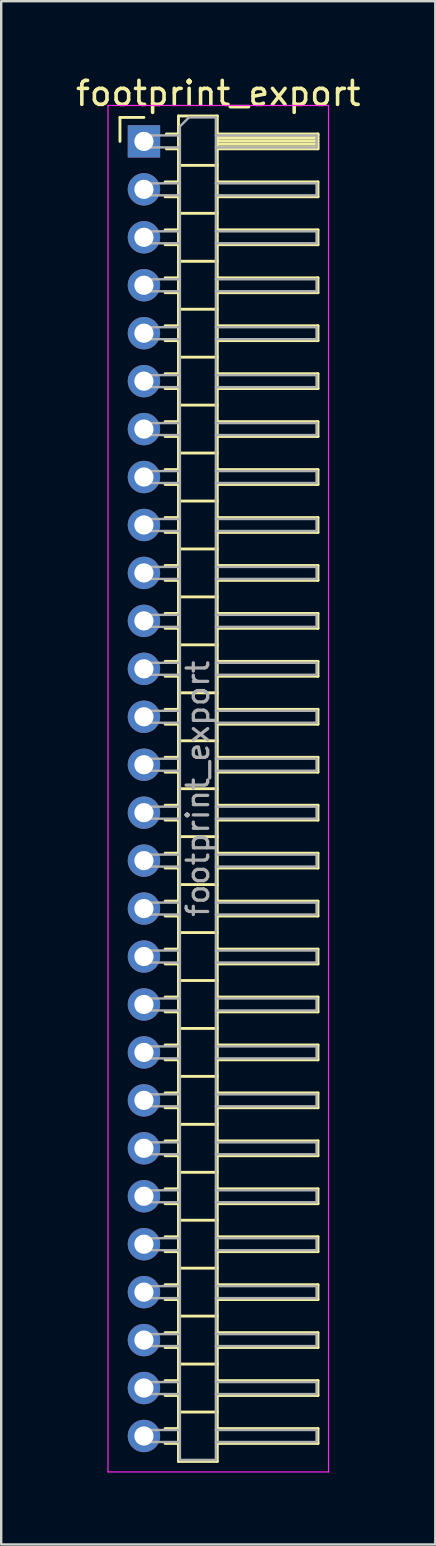
<source format=kicad_pcb>
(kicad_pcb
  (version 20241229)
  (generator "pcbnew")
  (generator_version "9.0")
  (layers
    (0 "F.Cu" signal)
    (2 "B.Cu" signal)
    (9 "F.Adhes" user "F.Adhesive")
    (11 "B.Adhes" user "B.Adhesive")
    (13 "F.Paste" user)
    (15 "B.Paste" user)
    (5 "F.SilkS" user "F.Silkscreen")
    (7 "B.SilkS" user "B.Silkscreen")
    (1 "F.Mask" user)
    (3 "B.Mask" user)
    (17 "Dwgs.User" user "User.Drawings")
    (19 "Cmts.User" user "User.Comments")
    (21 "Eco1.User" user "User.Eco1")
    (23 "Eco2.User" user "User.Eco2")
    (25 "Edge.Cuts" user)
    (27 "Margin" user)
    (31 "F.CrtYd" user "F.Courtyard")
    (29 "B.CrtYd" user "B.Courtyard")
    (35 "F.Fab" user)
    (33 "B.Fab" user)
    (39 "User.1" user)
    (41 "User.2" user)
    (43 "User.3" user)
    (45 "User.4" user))
  (footprint "footprint_export"
    (layer "F.Cu")
    (at 2.954 2.848)
    (property "Reference" "footprint_export" (at 3.1 -2 0) (layer "F.SilkS") (effects (font (size 1 1) (thickness 0.15))))
    (attr through_hole)
    (fp_line (start -1 -1) (end 0 -1) (stroke (width 0.12) (type solid)) (layer "F.SilkS"))
    (fp_line (start -1 0) (end -1 -1) (stroke (width 0.12) (type solid)) (layer "F.SilkS"))
    (fp_line (start 0.882 1.69) (end 1.44 1.69) (stroke (width 0.12) (type solid)) (layer "F.SilkS"))
    (fp_line (start 0.882 2.31) (end 1.44 2.31) (stroke (width 0.12) (type solid)) (layer "F.SilkS"))
    (fp_line (start 0.882 3.69) (end 1.44 3.69) (stroke (width 0.12) (type solid)) (layer "F.SilkS"))
    (fp_line (start 0.882 4.31) (end 1.44 4.31) (stroke (width 0.12) (type solid)) (layer "F.SilkS"))
    (fp_line (start 0.882 5.69) (end 1.44 5.69) (stroke (width 0.12) (type solid)) (layer "F.SilkS"))
    (fp_line (start 0.882 6.31) (end 1.44 6.31) (stroke (width 0.12) (type solid)) (layer "F.SilkS"))
    (fp_line (start 0.882 7.69) (end 1.44 7.69) (stroke (width 0.12) (type solid)) (layer "F.SilkS"))
    (fp_line (start 0.882 8.31) (end 1.44 8.31) (stroke (width 0.12) (type solid)) (layer "F.SilkS"))
    (fp_line (start 0.882 9.69) (end 1.44 9.69) (stroke (width 0.12) (type solid)) (layer "F.SilkS"))
    (fp_line (start 0.882 10.31) (end 1.44 10.31) (stroke (width 0.12) (type solid)) (layer "F.SilkS"))
    (fp_line (start 0.882 11.69) (end 1.44 11.69) (stroke (width 0.12) (type solid)) (layer "F.SilkS"))
    (fp_line (start 0.882 12.31) (end 1.44 12.31) (stroke (width 0.12) (type solid)) (layer "F.SilkS"))
    (fp_line (start 0.882 13.69) (end 1.44 13.69) (stroke (width 0.12) (type solid)) (layer "F.SilkS"))
    (fp_line (start 0.882 14.31) (end 1.44 14.31) (stroke (width 0.12) (type solid)) (layer "F.SilkS"))
    (fp_line (start 0.882 15.69) (end 1.44 15.69) (stroke (width 0.12) (type solid)) (layer "F.SilkS"))
    (fp_line (start 0.882 16.31) (end 1.44 16.31) (stroke (width 0.12) (type solid)) (layer "F.SilkS"))
    (fp_line (start 0.882 17.69) (end 1.44 17.69) (stroke (width 0.12) (type solid)) (layer "F.SilkS"))
    (fp_line (start 0.882 18.31) (end 1.44 18.31) (stroke (width 0.12) (type solid)) (layer "F.SilkS"))
    (fp_line (start 0.882 19.69) (end 1.44 19.69) (stroke (width 0.12) (type solid)) (layer "F.SilkS"))
    (fp_line (start 0.882 20.31) (end 1.44 20.31) (stroke (width 0.12) (type solid)) (layer "F.SilkS"))
    (fp_line (start 0.882 21.69) (end 1.44 21.69) (stroke (width 0.12) (type solid)) (layer "F.SilkS"))
    (fp_line (start 0.882 22.31) (end 1.44 22.31) (stroke (width 0.12) (type solid)) (layer "F.SilkS"))
    (fp_line (start 0.882 23.69) (end 1.44 23.69) (stroke (width 0.12) (type solid)) (layer "F.SilkS"))
    (fp_line (start 0.882 24.31) (end 1.44 24.31) (stroke (width 0.12) (type solid)) (layer "F.SilkS"))
    (fp_line (start 0.882 25.69) (end 1.44 25.69) (stroke (width 0.12) (type solid)) (layer "F.SilkS"))
    (fp_line (start 0.882 26.31) (end 1.44 26.31) (stroke (width 0.12) (type solid)) (layer "F.SilkS"))
    (fp_line (start 0.882 27.69) (end 1.44 27.69) (stroke (width 0.12) (type solid)) (layer "F.SilkS"))
    (fp_line (start 0.882 28.31) (end 1.44 28.31) (stroke (width 0.12) (type solid)) (layer "F.SilkS"))
    (fp_line (start 0.882 29.69) (end 1.44 29.69) (stroke (width 0.12) (type solid)) (layer "F.SilkS"))
    (fp_line (start 0.882 30.31) (end 1.44 30.31) (stroke (width 0.12) (type solid)) (layer "F.SilkS"))
    (fp_line (start 0.882 31.69) (end 1.44 31.69) (stroke (width 0.12) (type solid)) (layer "F.SilkS"))
    (fp_line (start 0.882 32.31) (end 1.44 32.31) (stroke (width 0.12) (type solid)) (layer "F.SilkS"))
    (fp_line (start 0.882 33.69) (end 1.44 33.69) (stroke (width 0.12) (type solid)) (layer "F.SilkS"))
    (fp_line (start 0.882 34.31) (end 1.44 34.31) (stroke (width 0.12) (type solid)) (layer "F.SilkS"))
    (fp_line (start 0.882 35.69) (end 1.44 35.69) (stroke (width 0.12) (type solid)) (layer "F.SilkS"))
    (fp_line (start 0.882 36.31) (end 1.44 36.31) (stroke (width 0.12) (type solid)) (layer "F.SilkS"))
    (fp_line (start 0.882 37.69) (end 1.44 37.69) (stroke (width 0.12) (type solid)) (layer "F.SilkS"))
    (fp_line (start 0.882 38.31) (end 1.44 38.31) (stroke (width 0.12) (type solid)) (layer "F.SilkS"))
    (fp_line (start 0.882 39.69) (end 1.44 39.69) (stroke (width 0.12) (type solid)) (layer "F.SilkS"))
    (fp_line (start 0.882 40.31) (end 1.44 40.31) (stroke (width 0.12) (type solid)) (layer "F.SilkS"))
    (fp_line (start 0.882 41.69) (end 1.44 41.69) (stroke (width 0.12) (type solid)) (layer "F.SilkS"))
    (fp_line (start 0.882 42.31) (end 1.44 42.31) (stroke (width 0.12) (type solid)) (layer "F.SilkS"))
    (fp_line (start 0.882 43.69) (end 1.44 43.69) (stroke (width 0.12) (type solid)) (layer "F.SilkS"))
    (fp_line (start 0.882 44.31) (end 1.44 44.31) (stroke (width 0.12) (type solid)) (layer "F.SilkS"))
    (fp_line (start 0.882 45.69) (end 1.44 45.69) (stroke (width 0.12) (type solid)) (layer "F.SilkS"))
    (fp_line (start 0.882 46.31) (end 1.44 46.31) (stroke (width 0.12) (type solid)) (layer "F.SilkS"))
    (fp_line (start 0.882 47.69) (end 1.44 47.69) (stroke (width 0.12) (type solid)) (layer "F.SilkS"))
    (fp_line (start 0.882 48.31) (end 1.44 48.31) (stroke (width 0.12) (type solid)) (layer "F.SilkS"))
    (fp_line (start 0.882 49.69) (end 1.44 49.69) (stroke (width 0.12) (type solid)) (layer "F.SilkS"))
    (fp_line (start 0.882 50.31) (end 1.44 50.31) (stroke (width 0.12) (type solid)) (layer "F.SilkS"))
    (fp_line (start 0.882 51.69) (end 1.44 51.69) (stroke (width 0.12) (type solid)) (layer "F.SilkS"))
    (fp_line (start 0.882 52.31) (end 1.44 52.31) (stroke (width 0.12) (type solid)) (layer "F.SilkS"))
    (fp_line (start 0.882 53.69) (end 1.44 53.69) (stroke (width 0.12) (type solid)) (layer "F.SilkS"))
    (fp_line (start 0.882 54.31) (end 1.44 54.31) (stroke (width 0.12) (type solid)) (layer "F.SilkS"))
    (fp_line (start 0.935 -0.31) (end 1.44 -0.31) (stroke (width 0.12) (type solid)) (layer "F.SilkS"))
    (fp_line (start 0.935 0.31) (end 1.44 0.31) (stroke (width 0.12) (type solid)) (layer "F.SilkS"))
    (fp_line (start 1.44 -1.06) (end 1.44 55.06) (stroke (width 0.12) (type solid)) (layer "F.SilkS"))
    (fp_line (start 1.44 1) (end 3.06 1) (stroke (width 0.12) (type solid)) (layer "F.SilkS"))
    (fp_line (start 1.44 3) (end 3.06 3) (stroke (width 0.12) (type solid)) (layer "F.SilkS"))
    (fp_line (start 1.44 5) (end 3.06 5) (stroke (width 0.12) (type solid)) (layer "F.SilkS"))
    (fp_line (start 1.44 7) (end 3.06 7) (stroke (width 0.12) (type solid)) (layer "F.SilkS"))
    (fp_line (start 1.44 9) (end 3.06 9) (stroke (width 0.12) (type solid)) (layer "F.SilkS"))
    (fp_line (start 1.44 11) (end 3.06 11) (stroke (width 0.12) (type solid)) (layer "F.SilkS"))
    (fp_line (start 1.44 13) (end 3.06 13) (stroke (width 0.12) (type solid)) (layer "F.SilkS"))
    (fp_line (start 1.44 15) (end 3.06 15) (stroke (width 0.12) (type solid)) (layer "F.SilkS"))
    (fp_line (start 1.44 17) (end 3.06 17) (stroke (width 0.12) (type solid)) (layer "F.SilkS"))
    (fp_line (start 1.44 19) (end 3.06 19) (stroke (width 0.12) (type solid)) (layer "F.SilkS"))
    (fp_line (start 1.44 21) (end 3.06 21) (stroke (width 0.12) (type solid)) (layer "F.SilkS"))
    (fp_line (start 1.44 23) (end 3.06 23) (stroke (width 0.12) (type solid)) (layer "F.SilkS"))
    (fp_line (start 1.44 25) (end 3.06 25) (stroke (width 0.12) (type solid)) (layer "F.SilkS"))
    (fp_line (start 1.44 27) (end 3.06 27) (stroke (width 0.12) (type solid)) (layer "F.SilkS"))
    (fp_line (start 1.44 29) (end 3.06 29) (stroke (width 0.12) (type solid)) (layer "F.SilkS"))
    (fp_line (start 1.44 31) (end 3.06 31) (stroke (width 0.12) (type solid)) (layer "F.SilkS"))
    (fp_line (start 1.44 33) (end 3.06 33) (stroke (width 0.12) (type solid)) (layer "F.SilkS"))
    (fp_line (start 1.44 35) (end 3.06 35) (stroke (width 0.12) (type solid)) (layer "F.SilkS"))
    (fp_line (start 1.44 37) (end 3.06 37) (stroke (width 0.12) (type solid)) (layer "F.SilkS"))
    (fp_line (start 1.44 39) (end 3.06 39) (stroke (width 0.12) (type solid)) (layer "F.SilkS"))
    (fp_line (start 1.44 41) (end 3.06 41) (stroke (width 0.12) (type solid)) (layer "F.SilkS"))
    (fp_line (start 1.44 43) (end 3.06 43) (stroke (width 0.12) (type solid)) (layer "F.SilkS"))
    (fp_line (start 1.44 45) (end 3.06 45) (stroke (width 0.12) (type solid)) (layer "F.SilkS"))
    (fp_line (start 1.44 47) (end 3.06 47) (stroke (width 0.12) (type solid)) (layer "F.SilkS"))
    (fp_line (start 1.44 49) (end 3.06 49) (stroke (width 0.12) (type solid)) (layer "F.SilkS"))
    (fp_line (start 1.44 51) (end 3.06 51) (stroke (width 0.12) (type solid)) (layer "F.SilkS"))
    (fp_line (start 1.44 53) (end 3.06 53) (stroke (width 0.12) (type solid)) (layer "F.SilkS"))
    (fp_line (start 1.44 55.06) (end 3.06 55.06) (stroke (width 0.12) (type solid)) (layer "F.SilkS"))
    (fp_line (start 3.06 -1.06) (end 1.44 -1.06) (stroke (width 0.12) (type solid)) (layer "F.SilkS"))
    (fp_line (start 3.06 -0.31) (end 7.26 -0.31) (stroke (width 0.12) (type solid)) (layer "F.SilkS"))
    (fp_line (start 3.06 -0.25) (end 7.26 -0.25) (stroke (width 0.12) (type solid)) (layer "F.SilkS"))
    (fp_line (start 3.06 -0.13) (end 7.26 -0.13) (stroke (width 0.12) (type solid)) (layer "F.SilkS"))
    (fp_line (start 3.06 -0.01) (end 7.26 -0.01) (stroke (width 0.12) (type solid)) (layer "F.SilkS"))
    (fp_line (start 3.06 0.11) (end 7.26 0.11) (stroke (width 0.12) (type solid)) (layer "F.SilkS"))
    (fp_line (start 3.06 0.23) (end 7.26 0.23) (stroke (width 0.12) (type solid)) (layer "F.SilkS"))
    (fp_line (start 3.06 1.69) (end 7.26 1.69) (stroke (width 0.12) (type solid)) (layer "F.SilkS"))
    (fp_line (start 3.06 3.69) (end 7.26 3.69) (stroke (width 0.12) (type solid)) (layer "F.SilkS"))
    (fp_line (start 3.06 5.69) (end 7.26 5.69) (stroke (width 0.12) (type solid)) (layer "F.SilkS"))
    (fp_line (start 3.06 7.69) (end 7.26 7.69) (stroke (width 0.12) (type solid)) (layer "F.SilkS"))
    (fp_line (start 3.06 9.69) (end 7.26 9.69) (stroke (width 0.12) (type solid)) (layer "F.SilkS"))
    (fp_line (start 3.06 11.69) (end 7.26 11.69) (stroke (width 0.12) (type solid)) (layer "F.SilkS"))
    (fp_line (start 3.06 13.69) (end 7.26 13.69) (stroke (width 0.12) (type solid)) (layer "F.SilkS"))
    (fp_line (start 3.06 15.69) (end 7.26 15.69) (stroke (width 0.12) (type solid)) (layer "F.SilkS"))
    (fp_line (start 3.06 17.69) (end 7.26 17.69) (stroke (width 0.12) (type solid)) (layer "F.SilkS"))
    (fp_line (start 3.06 19.69) (end 7.26 19.69) (stroke (width 0.12) (type solid)) (layer "F.SilkS"))
    (fp_line (start 3.06 21.69) (end 7.26 21.69) (stroke (width 0.12) (type solid)) (layer "F.SilkS"))
    (fp_line (start 3.06 23.69) (end 7.26 23.69) (stroke (width 0.12) (type solid)) (layer "F.SilkS"))
    (fp_line (start 3.06 25.69) (end 7.26 25.69) (stroke (width 0.12) (type solid)) (layer "F.SilkS"))
    (fp_line (start 3.06 27.69) (end 7.26 27.69) (stroke (width 0.12) (type solid)) (layer "F.SilkS"))
    (fp_line (start 3.06 29.69) (end 7.26 29.69) (stroke (width 0.12) (type solid)) (layer "F.SilkS"))
    (fp_line (start 3.06 31.69) (end 7.26 31.69) (stroke (width 0.12) (type solid)) (layer "F.SilkS"))
    (fp_line (start 3.06 33.69) (end 7.26 33.69) (stroke (width 0.12) (type solid)) (layer "F.SilkS"))
    (fp_line (start 3.06 35.69) (end 7.26 35.69) (stroke (width 0.12) (type solid)) (layer "F.SilkS"))
    (fp_line (start 3.06 37.69) (end 7.26 37.69) (stroke (width 0.12) (type solid)) (layer "F.SilkS"))
    (fp_line (start 3.06 39.69) (end 7.26 39.69) (stroke (width 0.12) (type solid)) (layer "F.SilkS"))
    (fp_line (start 3.06 41.69) (end 7.26 41.69) (stroke (width 0.12) (type solid)) (layer "F.SilkS"))
    (fp_line (start 3.06 43.69) (end 7.26 43.69) (stroke (width 0.12) (type solid)) (layer "F.SilkS"))
    (fp_line (start 3.06 45.69) (end 7.26 45.69) (stroke (width 0.12) (type solid)) (layer "F.SilkS"))
    (fp_line (start 3.06 47.69) (end 7.26 47.69) (stroke (width 0.12) (type solid)) (layer "F.SilkS"))
    (fp_line (start 3.06 49.69) (end 7.26 49.69) (stroke (width 0.12) (type solid)) (layer "F.SilkS"))
    (fp_line (start 3.06 51.69) (end 7.26 51.69) (stroke (width 0.12) (type solid)) (layer "F.SilkS"))
    (fp_line (start 3.06 53.69) (end 7.26 53.69) (stroke (width 0.12) (type solid)) (layer "F.SilkS"))
    (fp_line (start 3.06 55.06) (end 3.06 -1.06) (stroke (width 0.12) (type solid)) (layer "F.SilkS"))
    (fp_line (start 7.26 -0.31) (end 7.26 0.31) (stroke (width 0.12) (type solid)) (layer "F.SilkS"))
    (fp_line (start 7.26 0.31) (end 3.06 0.31) (stroke (width 0.12) (type solid)) (layer "F.SilkS"))
    (fp_line (start 7.26 1.69) (end 7.26 2.31) (stroke (width 0.12) (type solid)) (layer "F.SilkS"))
    (fp_line (start 7.26 2.31) (end 3.06 2.31) (stroke (width 0.12) (type solid)) (layer "F.SilkS"))
    (fp_line (start 7.26 3.69) (end 7.26 4.31) (stroke (width 0.12) (type solid)) (layer "F.SilkS"))
    (fp_line (start 7.26 4.31) (end 3.06 4.31) (stroke (width 0.12) (type solid)) (layer "F.SilkS"))
    (fp_line (start 7.26 5.69) (end 7.26 6.31) (stroke (width 0.12) (type solid)) (layer "F.SilkS"))
    (fp_line (start 7.26 6.31) (end 3.06 6.31) (stroke (width 0.12) (type solid)) (layer "F.SilkS"))
    (fp_line (start 7.26 7.69) (end 7.26 8.31) (stroke (width 0.12) (type solid)) (layer "F.SilkS"))
    (fp_line (start 7.26 8.31) (end 3.06 8.31) (stroke (width 0.12) (type solid)) (layer "F.SilkS"))
    (fp_line (start 7.26 9.69) (end 7.26 10.31) (stroke (width 0.12) (type solid)) (layer "F.SilkS"))
    (fp_line (start 7.26 10.31) (end 3.06 10.31) (stroke (width 0.12) (type solid)) (layer "F.SilkS"))
    (fp_line (start 7.26 11.69) (end 7.26 12.31) (stroke (width 0.12) (type solid)) (layer "F.SilkS"))
    (fp_line (start 7.26 12.31) (end 3.06 12.31) (stroke (width 0.12) (type solid)) (layer "F.SilkS"))
    (fp_line (start 7.26 13.69) (end 7.26 14.31) (stroke (width 0.12) (type solid)) (layer "F.SilkS"))
    (fp_line (start 7.26 14.31) (end 3.06 14.31) (stroke (width 0.12) (type solid)) (layer "F.SilkS"))
    (fp_line (start 7.26 15.69) (end 7.26 16.31) (stroke (width 0.12) (type solid)) (layer "F.SilkS"))
    (fp_line (start 7.26 16.31) (end 3.06 16.31) (stroke (width 0.12) (type solid)) (layer "F.SilkS"))
    (fp_line (start 7.26 17.69) (end 7.26 18.31) (stroke (width 0.12) (type solid)) (layer "F.SilkS"))
    (fp_line (start 7.26 18.31) (end 3.06 18.31) (stroke (width 0.12) (type solid)) (layer "F.SilkS"))
    (fp_line (start 7.26 19.69) (end 7.26 20.31) (stroke (width 0.12) (type solid)) (layer "F.SilkS"))
    (fp_line (start 7.26 20.31) (end 3.06 20.31) (stroke (width 0.12) (type solid)) (layer "F.SilkS"))
    (fp_line (start 7.26 21.69) (end 7.26 22.31) (stroke (width 0.12) (type solid)) (layer "F.SilkS"))
    (fp_line (start 7.26 22.31) (end 3.06 22.31) (stroke (width 0.12) (type solid)) (layer "F.SilkS"))
    (fp_line (start 7.26 23.69) (end 7.26 24.31) (stroke (width 0.12) (type solid)) (layer "F.SilkS"))
    (fp_line (start 7.26 24.31) (end 3.06 24.31) (stroke (width 0.12) (type solid)) (layer "F.SilkS"))
    (fp_line (start 7.26 25.69) (end 7.26 26.31) (stroke (width 0.12) (type solid)) (layer "F.SilkS"))
    (fp_line (start 7.26 26.31) (end 3.06 26.31) (stroke (width 0.12) (type solid)) (layer "F.SilkS"))
    (fp_line (start 7.26 27.69) (end 7.26 28.31) (stroke (width 0.12) (type solid)) (layer "F.SilkS"))
    (fp_line (start 7.26 28.31) (end 3.06 28.31) (stroke (width 0.12) (type solid)) (layer "F.SilkS"))
    (fp_line (start 7.26 29.69) (end 7.26 30.31) (stroke (width 0.12) (type solid)) (layer "F.SilkS"))
    (fp_line (start 7.26 30.31) (end 3.06 30.31) (stroke (width 0.12) (type solid)) (layer "F.SilkS"))
    (fp_line (start 7.26 31.69) (end 7.26 32.31) (stroke (width 0.12) (type solid)) (layer "F.SilkS"))
    (fp_line (start 7.26 32.31) (end 3.06 32.31) (stroke (width 0.12) (type solid)) (layer "F.SilkS"))
    (fp_line (start 7.26 33.69) (end 7.26 34.31) (stroke (width 0.12) (type solid)) (layer "F.SilkS"))
    (fp_line (start 7.26 34.31) (end 3.06 34.31) (stroke (width 0.12) (type solid)) (layer "F.SilkS"))
    (fp_line (start 7.26 35.69) (end 7.26 36.31) (stroke (width 0.12) (type solid)) (layer "F.SilkS"))
    (fp_line (start 7.26 36.31) (end 3.06 36.31) (stroke (width 0.12) (type solid)) (layer "F.SilkS"))
    (fp_line (start 7.26 37.69) (end 7.26 38.31) (stroke (width 0.12) (type solid)) (layer "F.SilkS"))
    (fp_line (start 7.26 38.31) (end 3.06 38.31) (stroke (width 0.12) (type solid)) (layer "F.SilkS"))
    (fp_line (start 7.26 39.69) (end 7.26 40.31) (stroke (width 0.12) (type solid)) (layer "F.SilkS"))
    (fp_line (start 7.26 40.31) (end 3.06 40.31) (stroke (width 0.12) (type solid)) (layer "F.SilkS"))
    (fp_line (start 7.26 41.69) (end 7.26 42.31) (stroke (width 0.12) (type solid)) (layer "F.SilkS"))
    (fp_line (start 7.26 42.31) (end 3.06 42.31) (stroke (width 0.12) (type solid)) (layer "F.SilkS"))
    (fp_line (start 7.26 43.69) (end 7.26 44.31) (stroke (width 0.12) (type solid)) (layer "F.SilkS"))
    (fp_line (start 7.26 44.31) (end 3.06 44.31) (stroke (width 0.12) (type solid)) (layer "F.SilkS"))
    (fp_line (start 7.26 45.69) (end 7.26 46.31) (stroke (width 0.12) (type solid)) (layer "F.SilkS"))
    (fp_line (start 7.26 46.31) (end 3.06 46.31) (stroke (width 0.12) (type solid)) (layer "F.SilkS"))
    (fp_line (start 7.26 47.69) (end 7.26 48.31) (stroke (width 0.12) (type solid)) (layer "F.SilkS"))
    (fp_line (start 7.26 48.31) (end 3.06 48.31) (stroke (width 0.12) (type solid)) (layer "F.SilkS"))
    (fp_line (start 7.26 49.69) (end 7.26 50.31) (stroke (width 0.12) (type solid)) (layer "F.SilkS"))
    (fp_line (start 7.26 50.31) (end 3.06 50.31) (stroke (width 0.12) (type solid)) (layer "F.SilkS"))
    (fp_line (start 7.26 51.69) (end 7.26 52.31) (stroke (width 0.12) (type solid)) (layer "F.SilkS"))
    (fp_line (start 7.26 52.31) (end 3.06 52.31) (stroke (width 0.12) (type solid)) (layer "F.SilkS"))
    (fp_line (start 7.26 53.69) (end 7.26 54.31) (stroke (width 0.12) (type solid)) (layer "F.SilkS"))
    (fp_line (start 7.26 54.31) (end 3.06 54.31) (stroke (width 0.12) (type solid)) (layer "F.SilkS"))
    (fp_line (start -1.5 -1.5) (end -1.5 55.5) (stroke (width 0.05) (type solid)) (layer "F.CrtYd"))
    (fp_line (start -1.5 55.5) (end 7.7 55.5) (stroke (width 0.05) (type solid)) (layer "F.CrtYd"))
    (fp_line (start 7.7 -1.5) (end -1.5 -1.5) (stroke (width 0.05) (type solid)) (layer "F.CrtYd"))
    (fp_line (start 7.7 55.5) (end 7.7 -1.5) (stroke (width 0.05) (type solid)) (layer "F.CrtYd"))
    (fp_line (start -0.25 -0.25) (end -0.25 0.25) (stroke (width 0.1) (type solid)) (layer "F.Fab"))
    (fp_line (start -0.25 -0.25) (end 1.5 -0.25) (stroke (width 0.1) (type solid)) (layer "F.Fab"))
    (fp_line (start -0.25 0.25) (end 1.5 0.25) (stroke (width 0.1) (type solid)) (layer "F.Fab"))
    (fp_line (start -0.25 1.75) (end -0.25 2.25) (stroke (width 0.1) (type solid)) (layer "F.Fab"))
    (fp_line (start -0.25 1.75) (end 1.5 1.75) (stroke (width 0.1) (type solid)) (layer "F.Fab"))
    (fp_line (start -0.25 2.25) (end 1.5 2.25) (stroke (width 0.1) (type solid)) (layer "F.Fab"))
    (fp_line (start -0.25 3.75) (end -0.25 4.25) (stroke (width 0.1) (type solid)) (layer "F.Fab"))
    (fp_line (start -0.25 3.75) (end 1.5 3.75) (stroke (width 0.1) (type solid)) (layer "F.Fab"))
    (fp_line (start -0.25 4.25) (end 1.5 4.25) (stroke (width 0.1) (type solid)) (layer "F.Fab"))
    (fp_line (start -0.25 5.75) (end -0.25 6.25) (stroke (width 0.1) (type solid)) (layer "F.Fab"))
    (fp_line (start -0.25 5.75) (end 1.5 5.75) (stroke (width 0.1) (type solid)) (layer "F.Fab"))
    (fp_line (start -0.25 6.25) (end 1.5 6.25) (stroke (width 0.1) (type solid)) (layer "F.Fab"))
    (fp_line (start -0.25 7.75) (end -0.25 8.25) (stroke (width 0.1) (type solid)) (layer "F.Fab"))
    (fp_line (start -0.25 7.75) (end 1.5 7.75) (stroke (width 0.1) (type solid)) (layer "F.Fab"))
    (fp_line (start -0.25 8.25) (end 1.5 8.25) (stroke (width 0.1) (type solid)) (layer "F.Fab"))
    (fp_line (start -0.25 9.75) (end -0.25 10.25) (stroke (width 0.1) (type solid)) (layer "F.Fab"))
    (fp_line (start -0.25 9.75) (end 1.5 9.75) (stroke (width 0.1) (type solid)) (layer "F.Fab"))
    (fp_line (start -0.25 10.25) (end 1.5 10.25) (stroke (width 0.1) (type solid)) (layer "F.Fab"))
    (fp_line (start -0.25 11.75) (end -0.25 12.25) (stroke (width 0.1) (type solid)) (layer "F.Fab"))
    (fp_line (start -0.25 11.75) (end 1.5 11.75) (stroke (width 0.1) (type solid)) (layer "F.Fab"))
    (fp_line (start -0.25 12.25) (end 1.5 12.25) (stroke (width 0.1) (type solid)) (layer "F.Fab"))
    (fp_line (start -0.25 13.75) (end -0.25 14.25) (stroke (width 0.1) (type solid)) (layer "F.Fab"))
    (fp_line (start -0.25 13.75) (end 1.5 13.75) (stroke (width 0.1) (type solid)) (layer "F.Fab"))
    (fp_line (start -0.25 14.25) (end 1.5 14.25) (stroke (width 0.1) (type solid)) (layer "F.Fab"))
    (fp_line (start -0.25 15.75) (end -0.25 16.25) (stroke (width 0.1) (type solid)) (layer "F.Fab"))
    (fp_line (start -0.25 15.75) (end 1.5 15.75) (stroke (width 0.1) (type solid)) (layer "F.Fab"))
    (fp_line (start -0.25 16.25) (end 1.5 16.25) (stroke (width 0.1) (type solid)) (layer "F.Fab"))
    (fp_line (start -0.25 17.75) (end -0.25 18.25) (stroke (width 0.1) (type solid)) (layer "F.Fab"))
    (fp_line (start -0.25 17.75) (end 1.5 17.75) (stroke (width 0.1) (type solid)) (layer "F.Fab"))
    (fp_line (start -0.25 18.25) (end 1.5 18.25) (stroke (width 0.1) (type solid)) (layer "F.Fab"))
    (fp_line (start -0.25 19.75) (end -0.25 20.25) (stroke (width 0.1) (type solid)) (layer "F.Fab"))
    (fp_line (start -0.25 19.75) (end 1.5 19.75) (stroke (width 0.1) (type solid)) (layer "F.Fab"))
    (fp_line (start -0.25 20.25) (end 1.5 20.25) (stroke (width 0.1) (type solid)) (layer "F.Fab"))
    (fp_line (start -0.25 21.75) (end -0.25 22.25) (stroke (width 0.1) (type solid)) (layer "F.Fab"))
    (fp_line (start -0.25 21.75) (end 1.5 21.75) (stroke (width 0.1) (type solid)) (layer "F.Fab"))
    (fp_line (start -0.25 22.25) (end 1.5 22.25) (stroke (width 0.1) (type solid)) (layer "F.Fab"))
    (fp_line (start -0.25 23.75) (end -0.25 24.25) (stroke (width 0.1) (type solid)) (layer "F.Fab"))
    (fp_line (start -0.25 23.75) (end 1.5 23.75) (stroke (width 0.1) (type solid)) (layer "F.Fab"))
    (fp_line (start -0.25 24.25) (end 1.5 24.25) (stroke (width 0.1) (type solid)) (layer "F.Fab"))
    (fp_line (start -0.25 25.75) (end -0.25 26.25) (stroke (width 0.1) (type solid)) (layer "F.Fab"))
    (fp_line (start -0.25 25.75) (end 1.5 25.75) (stroke (width 0.1) (type solid)) (layer "F.Fab"))
    (fp_line (start -0.25 26.25) (end 1.5 26.25) (stroke (width 0.1) (type solid)) (layer "F.Fab"))
    (fp_line (start -0.25 27.75) (end -0.25 28.25) (stroke (width 0.1) (type solid)) (layer "F.Fab"))
    (fp_line (start -0.25 27.75) (end 1.5 27.75) (stroke (width 0.1) (type solid)) (layer "F.Fab"))
    (fp_line (start -0.25 28.25) (end 1.5 28.25) (stroke (width 0.1) (type solid)) (layer "F.Fab"))
    (fp_line (start -0.25 29.75) (end -0.25 30.25) (stroke (width 0.1) (type solid)) (layer "F.Fab"))
    (fp_line (start -0.25 29.75) (end 1.5 29.75) (stroke (width 0.1) (type solid)) (layer "F.Fab"))
    (fp_line (start -0.25 30.25) (end 1.5 30.25) (stroke (width 0.1) (type solid)) (layer "F.Fab"))
    (fp_line (start -0.25 31.75) (end -0.25 32.25) (stroke (width 0.1) (type solid)) (layer "F.Fab"))
    (fp_line (start -0.25 31.75) (end 1.5 31.75) (stroke (width 0.1) (type solid)) (layer "F.Fab"))
    (fp_line (start -0.25 32.25) (end 1.5 32.25) (stroke (width 0.1) (type solid)) (layer "F.Fab"))
    (fp_line (start -0.25 33.75) (end -0.25 34.25) (stroke (width 0.1) (type solid)) (layer "F.Fab"))
    (fp_line (start -0.25 33.75) (end 1.5 33.75) (stroke (width 0.1) (type solid)) (layer "F.Fab"))
    (fp_line (start -0.25 34.25) (end 1.5 34.25) (stroke (width 0.1) (type solid)) (layer "F.Fab"))
    (fp_line (start -0.25 35.75) (end -0.25 36.25) (stroke (width 0.1) (type solid)) (layer "F.Fab"))
    (fp_line (start -0.25 35.75) (end 1.5 35.75) (stroke (width 0.1) (type solid)) (layer "F.Fab"))
    (fp_line (start -0.25 36.25) (end 1.5 36.25) (stroke (width 0.1) (type solid)) (layer "F.Fab"))
    (fp_line (start -0.25 37.75) (end -0.25 38.25) (stroke (width 0.1) (type solid)) (layer "F.Fab"))
    (fp_line (start -0.25 37.75) (end 1.5 37.75) (stroke (width 0.1) (type solid)) (layer "F.Fab"))
    (fp_line (start -0.25 38.25) (end 1.5 38.25) (stroke (width 0.1) (type solid)) (layer "F.Fab"))
    (fp_line (start -0.25 39.75) (end -0.25 40.25) (stroke (width 0.1) (type solid)) (layer "F.Fab"))
    (fp_line (start -0.25 39.75) (end 1.5 39.75) (stroke (width 0.1) (type solid)) (layer "F.Fab"))
    (fp_line (start -0.25 40.25) (end 1.5 40.25) (stroke (width 0.1) (type solid)) (layer "F.Fab"))
    (fp_line (start -0.25 41.75) (end -0.25 42.25) (stroke (width 0.1) (type solid)) (layer "F.Fab"))
    (fp_line (start -0.25 41.75) (end 1.5 41.75) (stroke (width 0.1) (type solid)) (layer "F.Fab"))
    (fp_line (start -0.25 42.25) (end 1.5 42.25) (stroke (width 0.1) (type solid)) (layer "F.Fab"))
    (fp_line (start -0.25 43.75) (end -0.25 44.25) (stroke (width 0.1) (type solid)) (layer "F.Fab"))
    (fp_line (start -0.25 43.75) (end 1.5 43.75) (stroke (width 0.1) (type solid)) (layer "F.Fab"))
    (fp_line (start -0.25 44.25) (end 1.5 44.25) (stroke (width 0.1) (type solid)) (layer "F.Fab"))
    (fp_line (start -0.25 45.75) (end -0.25 46.25) (stroke (width 0.1) (type solid)) (layer "F.Fab"))
    (fp_line (start -0.25 45.75) (end 1.5 45.75) (stroke (width 0.1) (type solid)) (layer "F.Fab"))
    (fp_line (start -0.25 46.25) (end 1.5 46.25) (stroke (width 0.1) (type solid)) (layer "F.Fab"))
    (fp_line (start -0.25 47.75) (end -0.25 48.25) (stroke (width 0.1) (type solid)) (layer "F.Fab"))
    (fp_line (start -0.25 47.75) (end 1.5 47.75) (stroke (width 0.1) (type solid)) (layer "F.Fab"))
    (fp_line (start -0.25 48.25) (end 1.5 48.25) (stroke (width 0.1) (type solid)) (layer "F.Fab"))
    (fp_line (start -0.25 49.75) (end -0.25 50.25) (stroke (width 0.1) (type solid)) (layer "F.Fab"))
    (fp_line (start -0.25 49.75) (end 1.5 49.75) (stroke (width 0.1) (type solid)) (layer "F.Fab"))
    (fp_line (start -0.25 50.25) (end 1.5 50.25) (stroke (width 0.1) (type solid)) (layer "F.Fab"))
    (fp_line (start -0.25 51.75) (end -0.25 52.25) (stroke (width 0.1) (type solid)) (layer "F.Fab"))
    (fp_line (start -0.25 51.75) (end 1.5 51.75) (stroke (width 0.1) (type solid)) (layer "F.Fab"))
    (fp_line (start -0.25 52.25) (end 1.5 52.25) (stroke (width 0.1) (type solid)) (layer "F.Fab"))
    (fp_line (start -0.25 53.75) (end -0.25 54.25) (stroke (width 0.1) (type solid)) (layer "F.Fab"))
    (fp_line (start -0.25 53.75) (end 1.5 53.75) (stroke (width 0.1) (type solid)) (layer "F.Fab"))
    (fp_line (start -0.25 54.25) (end 1.5 54.25) (stroke (width 0.1) (type solid)) (layer "F.Fab"))
    (fp_line (start 1.5 -0.625) (end 1.875 -1) (stroke (width 0.1) (type solid)) (layer "F.Fab"))
    (fp_line (start 1.5 55) (end 1.5 -0.625) (stroke (width 0.1) (type solid)) (layer "F.Fab"))
    (fp_line (start 1.875 -1) (end 3 -1) (stroke (width 0.1) (type solid)) (layer "F.Fab"))
    (fp_line (start 3 -1) (end 3 55) (stroke (width 0.1) (type solid)) (layer "F.Fab"))
    (fp_line (start 3 -0.25) (end 7.2 -0.25) (stroke (width 0.1) (type solid)) (layer "F.Fab"))
    (fp_line (start 3 0.25) (end 7.2 0.25) (stroke (width 0.1) (type solid)) (layer "F.Fab"))
    (fp_line (start 3 1.75) (end 7.2 1.75) (stroke (width 0.1) (type solid)) (layer "F.Fab"))
    (fp_line (start 3 2.25) (end 7.2 2.25) (stroke (width 0.1) (type solid)) (layer "F.Fab"))
    (fp_line (start 3 3.75) (end 7.2 3.75) (stroke (width 0.1) (type solid)) (layer "F.Fab"))
    (fp_line (start 3 4.25) (end 7.2 4.25) (stroke (width 0.1) (type solid)) (layer "F.Fab"))
    (fp_line (start 3 5.75) (end 7.2 5.75) (stroke (width 0.1) (type solid)) (layer "F.Fab"))
    (fp_line (start 3 6.25) (end 7.2 6.25) (stroke (width 0.1) (type solid)) (layer "F.Fab"))
    (fp_line (start 3 7.75) (end 7.2 7.75) (stroke (width 0.1) (type solid)) (layer "F.Fab"))
    (fp_line (start 3 8.25) (end 7.2 8.25) (stroke (width 0.1) (type solid)) (layer "F.Fab"))
    (fp_line (start 3 9.75) (end 7.2 9.75) (stroke (width 0.1) (type solid)) (layer "F.Fab"))
    (fp_line (start 3 10.25) (end 7.2 10.25) (stroke (width 0.1) (type solid)) (layer "F.Fab"))
    (fp_line (start 3 11.75) (end 7.2 11.75) (stroke (width 0.1) (type solid)) (layer "F.Fab"))
    (fp_line (start 3 12.25) (end 7.2 12.25) (stroke (width 0.1) (type solid)) (layer "F.Fab"))
    (fp_line (start 3 13.75) (end 7.2 13.75) (stroke (width 0.1) (type solid)) (layer "F.Fab"))
    (fp_line (start 3 14.25) (end 7.2 14.25) (stroke (width 0.1) (type solid)) (layer "F.Fab"))
    (fp_line (start 3 15.75) (end 7.2 15.75) (stroke (width 0.1) (type solid)) (layer "F.Fab"))
    (fp_line (start 3 16.25) (end 7.2 16.25) (stroke (width 0.1) (type solid)) (layer "F.Fab"))
    (fp_line (start 3 17.75) (end 7.2 17.75) (stroke (width 0.1) (type solid)) (layer "F.Fab"))
    (fp_line (start 3 18.25) (end 7.2 18.25) (stroke (width 0.1) (type solid)) (layer "F.Fab"))
    (fp_line (start 3 19.75) (end 7.2 19.75) (stroke (width 0.1) (type solid)) (layer "F.Fab"))
    (fp_line (start 3 20.25) (end 7.2 20.25) (stroke (width 0.1) (type solid)) (layer "F.Fab"))
    (fp_line (start 3 21.75) (end 7.2 21.75) (stroke (width 0.1) (type solid)) (layer "F.Fab"))
    (fp_line (start 3 22.25) (end 7.2 22.25) (stroke (width 0.1) (type solid)) (layer "F.Fab"))
    (fp_line (start 3 23.75) (end 7.2 23.75) (stroke (width 0.1) (type solid)) (layer "F.Fab"))
    (fp_line (start 3 24.25) (end 7.2 24.25) (stroke (width 0.1) (type solid)) (layer "F.Fab"))
    (fp_line (start 3 25.75) (end 7.2 25.75) (stroke (width 0.1) (type solid)) (layer "F.Fab"))
    (fp_line (start 3 26.25) (end 7.2 26.25) (stroke (width 0.1) (type solid)) (layer "F.Fab"))
    (fp_line (start 3 27.75) (end 7.2 27.75) (stroke (width 0.1) (type solid)) (layer "F.Fab"))
    (fp_line (start 3 28.25) (end 7.2 28.25) (stroke (width 0.1) (type solid)) (layer "F.Fab"))
    (fp_line (start 3 29.75) (end 7.2 29.75) (stroke (width 0.1) (type solid)) (layer "F.Fab"))
    (fp_line (start 3 30.25) (end 7.2 30.25) (stroke (width 0.1) (type solid)) (layer "F.Fab"))
    (fp_line (start 3 31.75) (end 7.2 31.75) (stroke (width 0.1) (type solid)) (layer "F.Fab"))
    (fp_line (start 3 32.25) (end 7.2 32.25) (stroke (width 0.1) (type solid)) (layer "F.Fab"))
    (fp_line (start 3 33.75) (end 7.2 33.75) (stroke (width 0.1) (type solid)) (layer "F.Fab"))
    (fp_line (start 3 34.25) (end 7.2 34.25) (stroke (width 0.1) (type solid)) (layer "F.Fab"))
    (fp_line (start 3 35.75) (end 7.2 35.75) (stroke (width 0.1) (type solid)) (layer "F.Fab"))
    (fp_line (start 3 36.25) (end 7.2 36.25) (stroke (width 0.1) (type solid)) (layer "F.Fab"))
    (fp_line (start 3 37.75) (end 7.2 37.75) (stroke (width 0.1) (type solid)) (layer "F.Fab"))
    (fp_line (start 3 38.25) (end 7.2 38.25) (stroke (width 0.1) (type solid)) (layer "F.Fab"))
    (fp_line (start 3 39.75) (end 7.2 39.75) (stroke (width 0.1) (type solid)) (layer "F.Fab"))
    (fp_line (start 3 40.25) (end 7.2 40.25) (stroke (width 0.1) (type solid)) (layer "F.Fab"))
    (fp_line (start 3 41.75) (end 7.2 41.75) (stroke (width 0.1) (type solid)) (layer "F.Fab"))
    (fp_line (start 3 42.25) (end 7.2 42.25) (stroke (width 0.1) (type solid)) (layer "F.Fab"))
    (fp_line (start 3 43.75) (end 7.2 43.75) (stroke (width 0.1) (type solid)) (layer "F.Fab"))
    (fp_line (start 3 44.25) (end 7.2 44.25) (stroke (width 0.1) (type solid)) (layer "F.Fab"))
    (fp_line (start 3 45.75) (end 7.2 45.75) (stroke (width 0.1) (type solid)) (layer "F.Fab"))
    (fp_line (start 3 46.25) (end 7.2 46.25) (stroke (width 0.1) (type solid)) (layer "F.Fab"))
    (fp_line (start 3 47.75) (end 7.2 47.75) (stroke (width 0.1) (type solid)) (layer "F.Fab"))
    (fp_line (start 3 48.25) (end 7.2 48.25) (stroke (width 0.1) (type solid)) (layer "F.Fab"))
    (fp_line (start 3 49.75) (end 7.2 49.75) (stroke (width 0.1) (type solid)) (layer "F.Fab"))
    (fp_line (start 3 50.25) (end 7.2 50.25) (stroke (width 0.1) (type solid)) (layer "F.Fab"))
    (fp_line (start 3 51.75) (end 7.2 51.75) (stroke (width 0.1) (type solid)) (layer "F.Fab"))
    (fp_line (start 3 52.25) (end 7.2 52.25) (stroke (width 0.1) (type solid)) (layer "F.Fab"))
    (fp_line (start 3 53.75) (end 7.2 53.75) (stroke (width 0.1) (type solid)) (layer "F.Fab"))
    (fp_line (start 3 54.25) (end 7.2 54.25) (stroke (width 0.1) (type solid)) (layer "F.Fab"))
    (fp_line (start 3 55) (end 1.5 55) (stroke (width 0.1) (type solid)) (layer "F.Fab"))
    (fp_line (start 7.2 -0.25) (end 7.2 0.25) (stroke (width 0.1) (type solid)) (layer "F.Fab"))
    (fp_line (start 7.2 1.75) (end 7.2 2.25) (stroke (width 0.1) (type solid)) (layer "F.Fab"))
    (fp_line (start 7.2 3.75) (end 7.2 4.25) (stroke (width 0.1) (type solid)) (layer "F.Fab"))
    (fp_line (start 7.2 5.75) (end 7.2 6.25) (stroke (width 0.1) (type solid)) (layer "F.Fab"))
    (fp_line (start 7.2 7.75) (end 7.2 8.25) (stroke (width 0.1) (type solid)) (layer "F.Fab"))
    (fp_line (start 7.2 9.75) (end 7.2 10.25) (stroke (width 0.1) (type solid)) (layer "F.Fab"))
    (fp_line (start 7.2 11.75) (end 7.2 12.25) (stroke (width 0.1) (type solid)) (layer "F.Fab"))
    (fp_line (start 7.2 13.75) (end 7.2 14.25) (stroke (width 0.1) (type solid)) (layer "F.Fab"))
    (fp_line (start 7.2 15.75) (end 7.2 16.25) (stroke (width 0.1) (type solid)) (layer "F.Fab"))
    (fp_line (start 7.2 17.75) (end 7.2 18.25) (stroke (width 0.1) (type solid)) (layer "F.Fab"))
    (fp_line (start 7.2 19.75) (end 7.2 20.25) (stroke (width 0.1) (type solid)) (layer "F.Fab"))
    (fp_line (start 7.2 21.75) (end 7.2 22.25) (stroke (width 0.1) (type solid)) (layer "F.Fab"))
    (fp_line (start 7.2 23.75) (end 7.2 24.25) (stroke (width 0.1) (type solid)) (layer "F.Fab"))
    (fp_line (start 7.2 25.75) (end 7.2 26.25) (stroke (width 0.1) (type solid)) (layer "F.Fab"))
    (fp_line (start 7.2 27.75) (end 7.2 28.25) (stroke (width 0.1) (type solid)) (layer "F.Fab"))
    (fp_line (start 7.2 29.75) (end 7.2 30.25) (stroke (width 0.1) (type solid)) (layer "F.Fab"))
    (fp_line (start 7.2 31.75) (end 7.2 32.25) (stroke (width 0.1) (type solid)) (layer "F.Fab"))
    (fp_line (start 7.2 33.75) (end 7.2 34.25) (stroke (width 0.1) (type solid)) (layer "F.Fab"))
    (fp_line (start 7.2 35.75) (end 7.2 36.25) (stroke (width 0.1) (type solid)) (layer "F.Fab"))
    (fp_line (start 7.2 37.75) (end 7.2 38.25) (stroke (width 0.1) (type solid)) (layer "F.Fab"))
    (fp_line (start 7.2 39.75) (end 7.2 40.25) (stroke (width 0.1) (type solid)) (layer "F.Fab"))
    (fp_line (start 7.2 41.75) (end 7.2 42.25) (stroke (width 0.1) (type solid)) (layer "F.Fab"))
    (fp_line (start 7.2 43.75) (end 7.2 44.25) (stroke (width 0.1) (type solid)) (layer "F.Fab"))
    (fp_line (start 7.2 45.75) (end 7.2 46.25) (stroke (width 0.1) (type solid)) (layer "F.Fab"))
    (fp_line (start 7.2 47.75) (end 7.2 48.25) (stroke (width 0.1) (type solid)) (layer "F.Fab"))
    (fp_line (start 7.2 49.75) (end 7.2 50.25) (stroke (width 0.1) (type solid)) (layer "F.Fab"))
    (fp_line (start 7.2 51.75) (end 7.2 52.25) (stroke (width 0.1) (type solid)) (layer "F.Fab"))
    (fp_line (start 7.2 53.75) (end 7.2 54.25) (stroke (width 0.1) (type solid)) (layer "F.Fab"))
    (fp_text user "${REFERENCE}" (at 2.25 27 90) (layer "F.Fab") (effects (font (size 0.9 0.9) (thickness 0.135))))
    (pad "1" thru_hole rect (at 0 0) (size 1.35 1.35) (drill 0.8) (layers "*.Cu" "*.Mask"))
    (pad "2" thru_hole oval (at 0 2) (size 1.35 1.35) (drill 0.8) (layers "*.Cu" "*.Mask"))
    (pad "3" thru_hole oval (at 0 4) (size 1.35 1.35) (drill 0.8) (layers "*.Cu" "*.Mask"))
    (pad "4" thru_hole oval (at 0 6) (size 1.35 1.35) (drill 0.8) (layers "*.Cu" "*.Mask"))
    (pad "5" thru_hole oval (at 0 8) (size 1.35 1.35) (drill 0.8) (layers "*.Cu" "*.Mask"))
    (pad "6" thru_hole oval (at 0 10) (size 1.35 1.35) (drill 0.8) (layers "*.Cu" "*.Mask"))
    (pad "7" thru_hole oval (at 0 12) (size 1.35 1.35) (drill 0.8) (layers "*.Cu" "*.Mask"))
    (pad "8" thru_hole oval (at 0 14) (size 1.35 1.35) (drill 0.8) (layers "*.Cu" "*.Mask"))
    (pad "9" thru_hole oval (at 0 16) (size 1.35 1.35) (drill 0.8) (layers "*.Cu" "*.Mask"))
    (pad "10" thru_hole oval (at 0 18) (size 1.35 1.35) (drill 0.8) (layers "*.Cu" "*.Mask"))
    (pad "11" thru_hole oval (at 0 20) (size 1.35 1.35) (drill 0.8) (layers "*.Cu" "*.Mask"))
    (pad "12" thru_hole oval (at 0 22) (size 1.35 1.35) (drill 0.8) (layers "*.Cu" "*.Mask"))
    (pad "13" thru_hole oval (at 0 24) (size 1.35 1.35) (drill 0.8) (layers "*.Cu" "*.Mask"))
    (pad "14" thru_hole oval (at 0 26) (size 1.35 1.35) (drill 0.8) (layers "*.Cu" "*.Mask"))
    (pad "15" thru_hole oval (at 0 28) (size 1.35 1.35) (drill 0.8) (layers "*.Cu" "*.Mask"))
    (pad "16" thru_hole oval (at 0 30) (size 1.35 1.35) (drill 0.8) (layers "*.Cu" "*.Mask"))
    (pad "17" thru_hole oval (at 0 32) (size 1.35 1.35) (drill 0.8) (layers "*.Cu" "*.Mask"))
    (pad "18" thru_hole oval (at 0 34) (size 1.35 1.35) (drill 0.8) (layers "*.Cu" "*.Mask"))
    (pad "19" thru_hole oval (at 0 36) (size 1.35 1.35) (drill 0.8) (layers "*.Cu" "*.Mask"))
    (pad "20" thru_hole oval (at 0 38) (size 1.35 1.35) (drill 0.8) (layers "*.Cu" "*.Mask"))
    (pad "21" thru_hole oval (at 0 40) (size 1.35 1.35) (drill 0.8) (layers "*.Cu" "*.Mask"))
    (pad "22" thru_hole oval (at 0 42) (size 1.35 1.35) (drill 0.8) (layers "*.Cu" "*.Mask"))
    (pad "23" thru_hole oval (at 0 44) (size 1.35 1.35) (drill 0.8) (layers "*.Cu" "*.Mask"))
    (pad "24" thru_hole oval (at 0 46) (size 1.35 1.35) (drill 0.8) (layers "*.Cu" "*.Mask"))
    (pad "25" thru_hole oval (at 0 48) (size 1.35 1.35) (drill 0.8) (layers "*.Cu" "*.Mask"))
    (pad "26" thru_hole oval (at 0 50) (size 1.35 1.35) (drill 0.8) (layers "*.Cu" "*.Mask"))
    (pad "27" thru_hole oval (at 0 52) (size 1.35 1.35) (drill 0.8) (layers "*.Cu" "*.Mask"))
    (pad "28" thru_hole oval (at 0 54) (size 1.35 1.35) (drill 0.8) (layers "*.Cu" "*.Mask")))
  (gr_rect
    (start -3 -3)
    (end 15.107 61.373)
    (stroke (width 0.1) (type default))
    (fill no)
    (layer "Edge.Cuts")))
</source>
